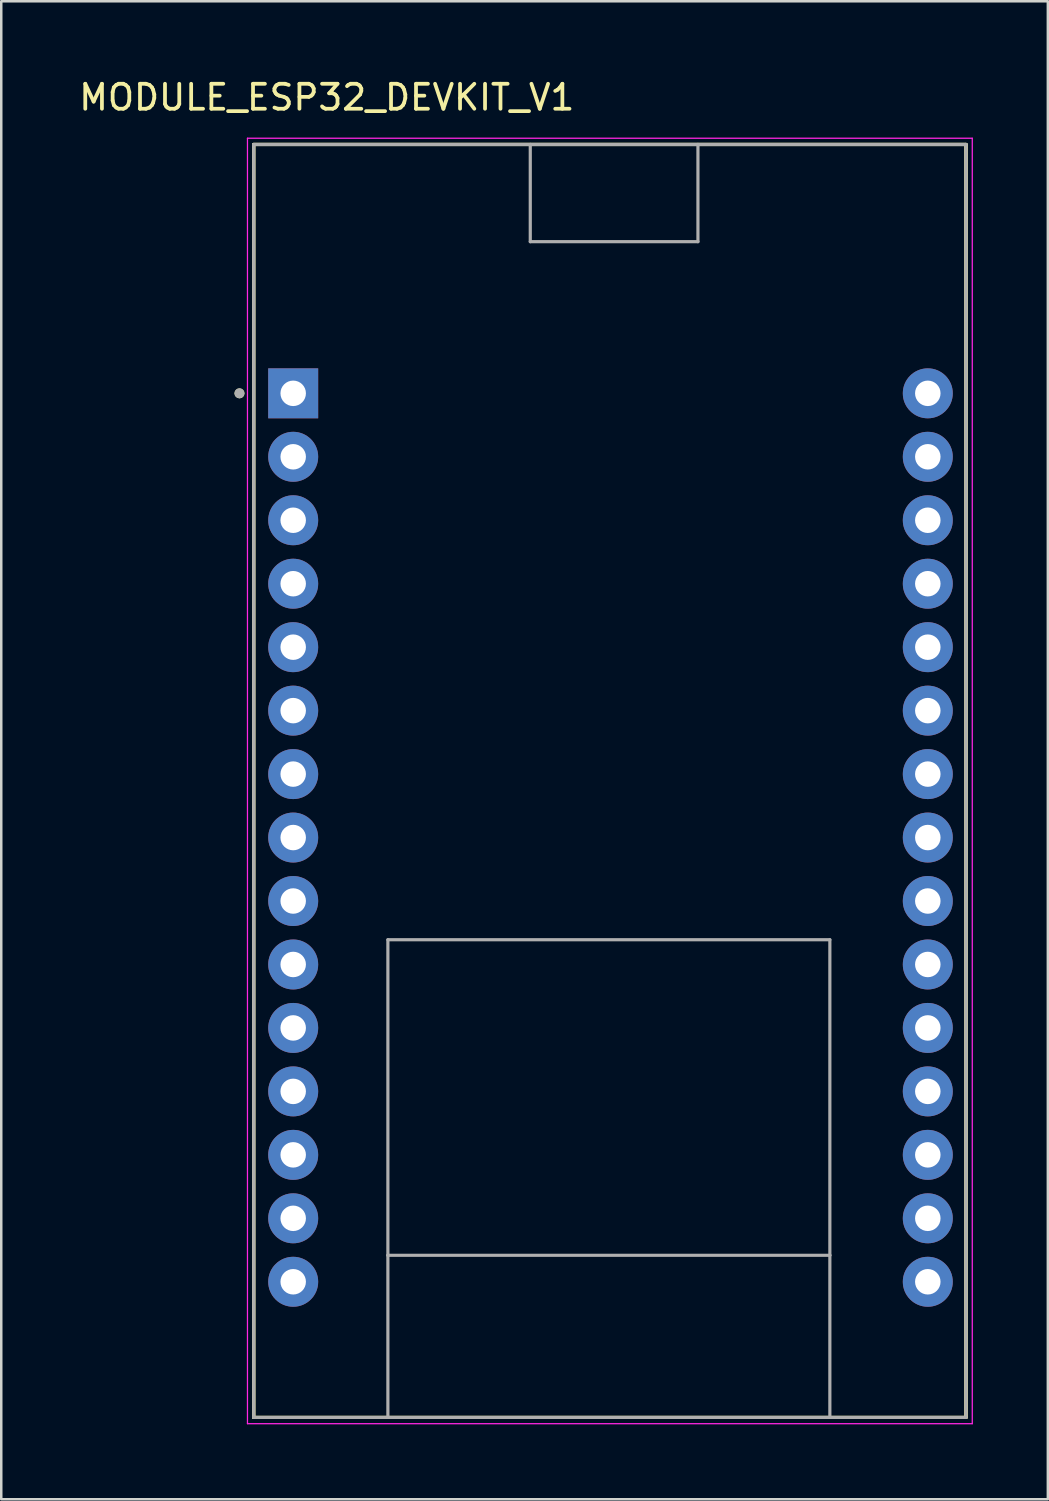
<source format=kicad_pcb>
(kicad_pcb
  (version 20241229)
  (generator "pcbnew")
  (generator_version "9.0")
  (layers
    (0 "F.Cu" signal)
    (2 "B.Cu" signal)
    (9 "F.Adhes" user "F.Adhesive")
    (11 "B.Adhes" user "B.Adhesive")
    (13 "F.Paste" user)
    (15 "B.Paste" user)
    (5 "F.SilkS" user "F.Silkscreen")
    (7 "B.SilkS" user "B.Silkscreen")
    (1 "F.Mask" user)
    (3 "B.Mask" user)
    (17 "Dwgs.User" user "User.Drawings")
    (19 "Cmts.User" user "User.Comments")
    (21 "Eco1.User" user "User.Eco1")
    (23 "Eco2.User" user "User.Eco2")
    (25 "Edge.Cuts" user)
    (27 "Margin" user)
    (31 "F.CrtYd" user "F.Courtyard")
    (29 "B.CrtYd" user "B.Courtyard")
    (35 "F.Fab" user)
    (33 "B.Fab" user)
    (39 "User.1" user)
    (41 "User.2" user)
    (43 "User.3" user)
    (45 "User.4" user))
  (footprint "MODULE_ESP32_DEVKIT_V1"
    (layer "F.Cu")
    (at 21.385 28.208)
    (property "Reference" "MODULE_ESP32_DEVKIT_V1" (at -11.355 -27.36 0) (layer "F.SilkS") (effects (font (size 1 1) (thickness 0.15))))
    (attr through_hole)
    (fp_line (start -14.28 -25.475) (end -3.211 -25.475) (stroke (width 0.127) (type solid)) (layer "F.SilkS"))
    (fp_line (start -14.28 -25.475) (end 14.23 -25.475) (stroke (width 0.127) (type solid)) (layer "F.SilkS"))
    (fp_line (start -14.28 25.475) (end -14.28 -25.475) (stroke (width 0.127) (type solid)) (layer "F.SilkS"))
    (fp_line (start -14.28 25.475) (end -14.28 -25.475) (stroke (width 0.127) (type solid)) (layer "F.SilkS"))
    (fp_line (start -14.28 25.475) (end -8.91 25.475) (stroke (width 0.127) (type solid)) (layer "F.SilkS"))
    (fp_line (start -8.91 25.475) (end 8.78 25.475) (stroke (width 0.127) (type solid)) (layer "F.SilkS"))
    (fp_line (start -3.211 -25.475) (end 3.5 -25.475) (stroke (width 0.127) (type solid)) (layer "F.SilkS"))
    (fp_line (start 3.5 -25.475) (end 14.23 -25.475) (stroke (width 0.127) (type solid)) (layer "F.SilkS"))
    (fp_line (start 8.78 25.475) (end 14.23 25.475) (stroke (width 0.127) (type solid)) (layer "F.SilkS"))
    (fp_line (start 14.23 -25.475) (end 14.23 25.475) (stroke (width 0.127) (type solid)) (layer "F.SilkS"))
    (fp_line (start 14.23 -25.475) (end 14.23 25.475) (stroke (width 0.127) (type solid)) (layer "F.SilkS"))
    (fp_line (start 14.23 25.475) (end -14.28 25.475) (stroke (width 0.127) (type solid)) (layer "F.SilkS"))
    (fp_circle (center -14.85 -15.515) (end -14.75 -15.515) (stroke (width 0.2) (type solid)) (fill no) (layer "F.SilkS"))
    (fp_line (start -14.53 -25.725) (end -14.53 25.725) (stroke (width 0.05) (type solid)) (layer "F.CrtYd"))
    (fp_line (start -14.53 25.725) (end 14.48 25.725) (stroke (width 0.05) (type solid)) (layer "F.CrtYd"))
    (fp_line (start 14.48 -25.725) (end -14.53 -25.725) (stroke (width 0.05) (type solid)) (layer "F.CrtYd"))
    (fp_line (start 14.48 25.725) (end 14.48 -25.725) (stroke (width 0.05) (type solid)) (layer "F.CrtYd"))
    (fp_line (start -14.28 -25.475) (end -3.211 -25.475) (stroke (width 0.127) (type solid)) (layer "F.Fab"))
    (fp_line (start -14.28 25.475) (end -14.28 -25.475) (stroke (width 0.127) (type solid)) (layer "F.Fab"))
    (fp_line (start -14.28 25.475) (end -8.91 25.475) (stroke (width 0.127) (type solid)) (layer "F.Fab"))
    (fp_line (start -8.91 6.355) (end 8.78 6.355) (stroke (width 0.127) (type solid)) (layer "F.Fab"))
    (fp_line (start -8.91 18.985) (end -8.91 6.355) (stroke (width 0.127) (type solid)) (layer "F.Fab"))
    (fp_line (start -8.91 18.985) (end 8.78 18.985) (stroke (width 0.127) (type solid)) (layer "F.Fab"))
    (fp_line (start -8.91 25.475) (end -8.91 18.985) (stroke (width 0.127) (type solid)) (layer "F.Fab"))
    (fp_line (start -8.91 25.475) (end 8.78 25.475) (stroke (width 0.127) (type solid)) (layer "F.Fab"))
    (fp_line (start -3.211 -25.475) (end 3.5 -25.475) (stroke (width 0.127) (type solid)) (layer "F.Fab"))
    (fp_line (start -3.211 -21.585) (end -3.211 -25.475) (stroke (width 0.127) (type solid)) (layer "F.Fab"))
    (fp_line (start 3.5 -25.475) (end 3.5 -21.585) (stroke (width 0.127) (type solid)) (layer "F.Fab"))
    (fp_line (start 3.5 -25.475) (end 14.23 -25.475) (stroke (width 0.127) (type solid)) (layer "F.Fab"))
    (fp_line (start 3.5 -21.585) (end -3.211 -21.585) (stroke (width 0.127) (type solid)) (layer "F.Fab"))
    (fp_line (start 8.78 6.355) (end 8.78 18.985) (stroke (width 0.127) (type solid)) (layer "F.Fab"))
    (fp_line (start 8.78 18.985) (end 8.78 25.475) (stroke (width 0.127) (type solid)) (layer "F.Fab"))
    (fp_line (start 8.78 25.475) (end 14.23 25.475) (stroke (width 0.127) (type solid)) (layer "F.Fab"))
    (fp_line (start 14.23 -25.475) (end 14.23 25.475) (stroke (width 0.127) (type solid)) (layer "F.Fab"))
    (fp_circle (center -14.85 -15.515) (end -14.75 -15.515) (stroke (width 0.2) (type solid)) (fill no) (layer "F.Fab"))
    (pad "1" thru_hole rect (at -12.7 -15.515) (size 2 2) (drill 1.02) (layers "*.Cu" "*.Mask"))
    (pad "2" thru_hole circle (at -12.7 -12.975) (size 2 2) (drill 1.02) (layers "*.Cu" "*.Mask"))
    (pad "3" thru_hole circle (at -12.7 -10.435) (size 2 2) (drill 1.02) (layers "*.Cu" "*.Mask"))
    (pad "4" thru_hole circle (at -12.7 -7.895) (size 2 2) (drill 1.02) (layers "*.Cu" "*.Mask"))
    (pad "5" thru_hole circle (at -12.7 -5.355) (size 2 2) (drill 1.02) (layers "*.Cu" "*.Mask"))
    (pad "6" thru_hole circle (at -12.7 -2.815) (size 2 2) (drill 1.02) (layers "*.Cu" "*.Mask"))
    (pad "7" thru_hole circle (at -12.7 -0.275) (size 2 2) (drill 1.02) (layers "*.Cu" "*.Mask"))
    (pad "8" thru_hole circle (at -12.7 2.265) (size 2 2) (drill 1.02) (layers "*.Cu" "*.Mask"))
    (pad "9" thru_hole circle (at -12.7 4.805) (size 2 2) (drill 1.02) (layers "*.Cu" "*.Mask"))
    (pad "10" thru_hole circle (at -12.7 7.345) (size 2 2) (drill 1.02) (layers "*.Cu" "*.Mask"))
    (pad "11" thru_hole circle (at -12.7 9.885) (size 2 2) (drill 1.02) (layers "*.Cu" "*.Mask"))
    (pad "12" thru_hole circle (at -12.7 12.425) (size 2 2) (drill 1.02) (layers "*.Cu" "*.Mask"))
    (pad "13" thru_hole circle (at -12.7 14.965) (size 2 2) (drill 1.02) (layers "*.Cu" "*.Mask"))
    (pad "14" thru_hole circle (at -12.7 17.505) (size 2 2) (drill 1.02) (layers "*.Cu" "*.Mask"))
    (pad "15" thru_hole circle (at -12.7 20.045) (size 2 2) (drill 1.02) (layers "*.Cu" "*.Mask"))
    (pad "16" thru_hole circle (at 12.7 20.045) (size 2 2) (drill 1.02) (layers "*.Cu" "*.Mask"))
    (pad "17" thru_hole circle (at 12.7 17.505) (size 2 2) (drill 1.02) (layers "*.Cu" "*.Mask"))
    (pad "18" thru_hole circle (at 12.7 14.965) (size 2 2) (drill 1.02) (layers "*.Cu" "*.Mask"))
    (pad "19" thru_hole circle (at 12.7 12.425) (size 2 2) (drill 1.02) (layers "*.Cu" "*.Mask"))
    (pad "20" thru_hole circle (at 12.7 9.885) (size 2 2) (drill 1.02) (layers "*.Cu" "*.Mask"))
    (pad "21" thru_hole circle (at 12.7 7.345) (size 2 2) (drill 1.02) (layers "*.Cu" "*.Mask"))
    (pad "22" thru_hole circle (at 12.7 4.805) (size 2 2) (drill 1.02) (layers "*.Cu" "*.Mask"))
    (pad "23" thru_hole circle (at 12.7 2.265) (size 2 2) (drill 1.02) (layers "*.Cu" "*.Mask"))
    (pad "24" thru_hole circle (at 12.7 -0.275) (size 2 2) (drill 1.02) (layers "*.Cu" "*.Mask"))
    (pad "25" thru_hole circle (at 12.7 -2.815) (size 2 2) (drill 1.02) (layers "*.Cu" "*.Mask"))
    (pad "26" thru_hole circle (at 12.7 -5.355) (size 2 2) (drill 1.02) (layers "*.Cu" "*.Mask"))
    (pad "27" thru_hole circle (at 12.7 -7.895) (size 2 2) (drill 1.02) (layers "*.Cu" "*.Mask"))
    (pad "28" thru_hole circle (at 12.7 -10.435) (size 2 2) (drill 1.02) (layers "*.Cu" "*.Mask"))
    (pad "29" thru_hole circle (at 12.7 -12.975) (size 2 2) (drill 1.02) (layers "*.Cu" "*.Mask"))
    (pad "30" thru_hole circle (at 12.7 -15.515) (size 2 2) (drill 1.02) (layers "*.Cu" "*.Mask"))
    (zone (net_name "") (layer "F.Cu") (hatch full 0.508) (connect_pads) (min_thickness 0.01) (filled_areas_thickness no) (keepout (tracks not_allowed) (vias not_allowed) (pads not_allowed) (copperpour not_allowed) (footprints allowed)) (placement (enabled no)) (fill) (polygon (pts (xy 12.475 47.193) (xy 30.165 47.193) (xy 30.165 53.683) (xy 12.475 53.683))))
    (zone (net_name "") (layers "F.Cu" "B.Cu") (hatch full 0.508) (connect_pads) (min_thickness 0.01) (filled_areas_thickness no) (keepout (tracks allowed) (vias not_allowed) (pads allowed) (copperpour allowed) (footprints allowed)) (placement (enabled no)) (fill) (polygon (pts (xy 12.475 47.193) (xy 30.165 47.193) (xy 30.165 53.683) (xy 12.475 53.683))))
    (zone (net_name "") (layer "B.Cu") (hatch full 0.508) (connect_pads) (min_thickness 0.01) (filled_areas_thickness no) (keepout (tracks not_allowed) (vias not_allowed) (pads not_allowed) (copperpour not_allowed) (footprints allowed)) (placement (enabled no)) (fill) (polygon (pts (xy 12.475 47.193) (xy 30.165 47.193) (xy 30.165 53.683) (xy 12.475 53.683)))))
  (gr_rect
    (start -3 -3)
    (end 38.89 56.958)
    (stroke (width 0.1) (type default))
    (fill no)
    (layer "Edge.Cuts")))
</source>
